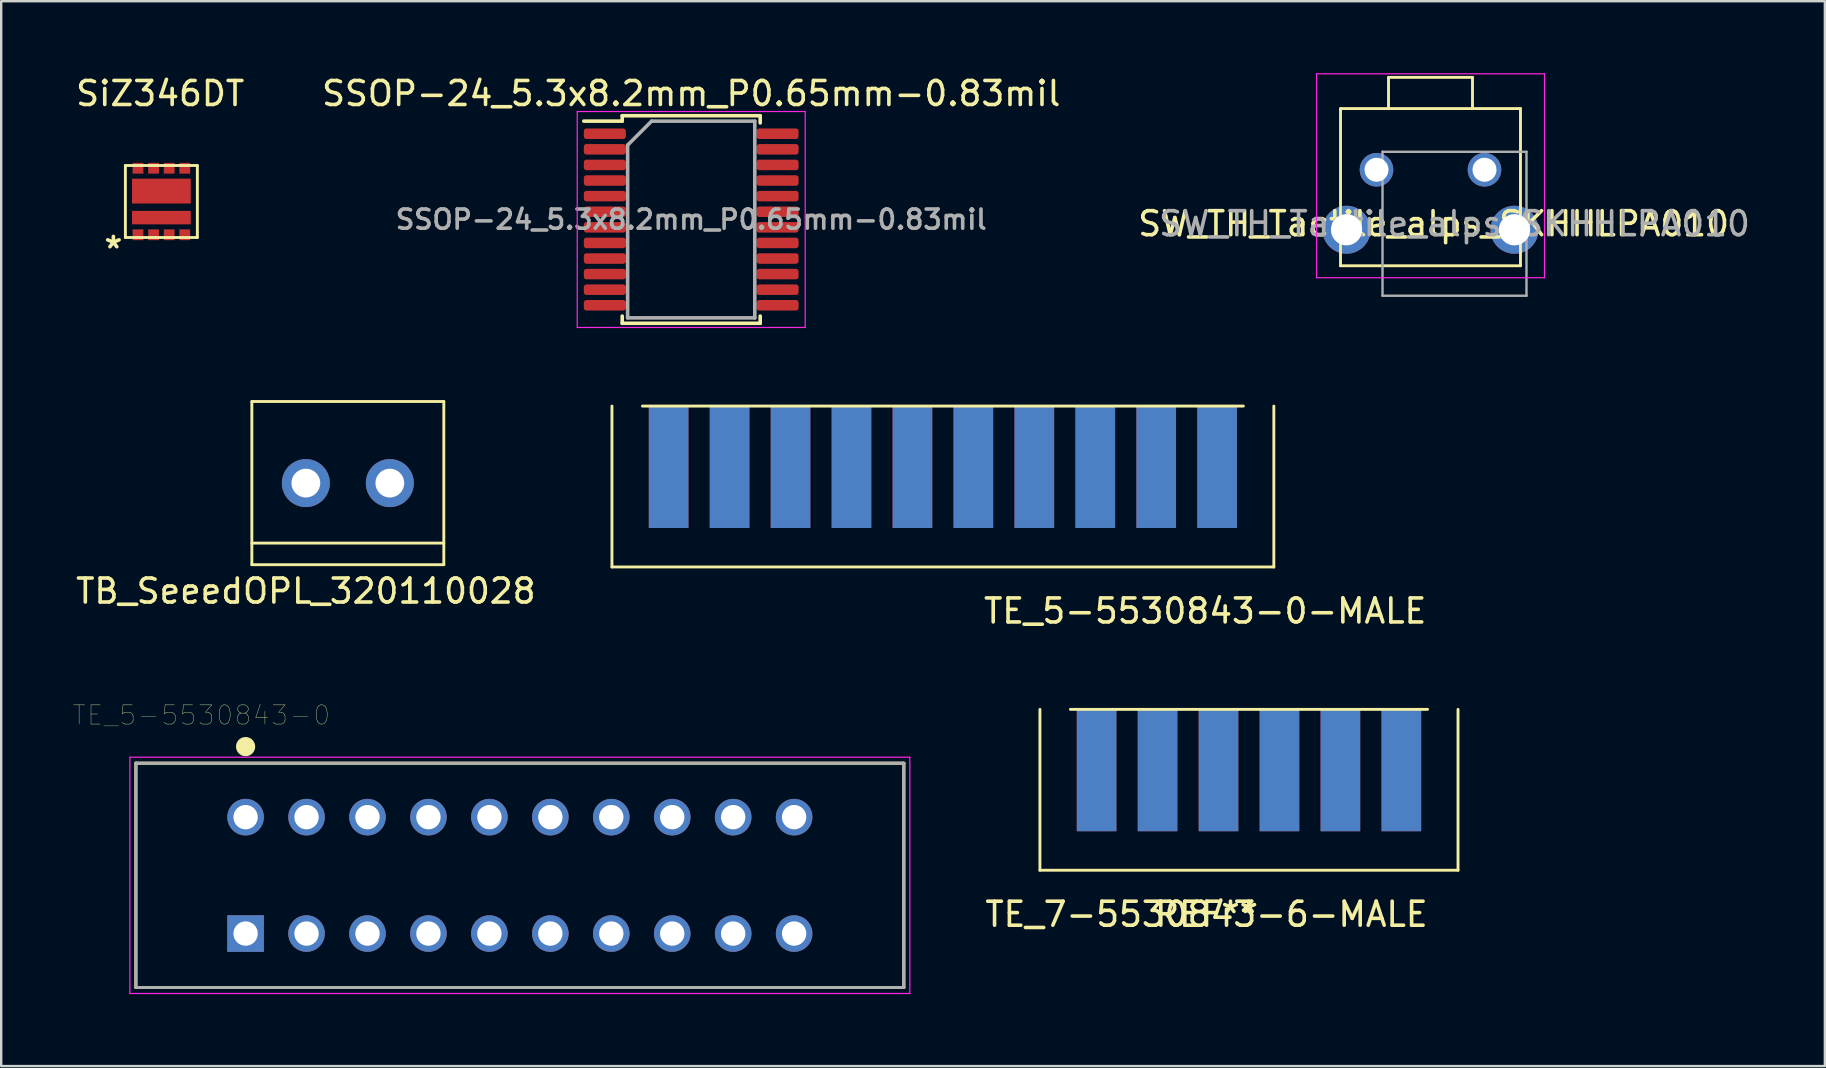
<source format=kicad_pcb>
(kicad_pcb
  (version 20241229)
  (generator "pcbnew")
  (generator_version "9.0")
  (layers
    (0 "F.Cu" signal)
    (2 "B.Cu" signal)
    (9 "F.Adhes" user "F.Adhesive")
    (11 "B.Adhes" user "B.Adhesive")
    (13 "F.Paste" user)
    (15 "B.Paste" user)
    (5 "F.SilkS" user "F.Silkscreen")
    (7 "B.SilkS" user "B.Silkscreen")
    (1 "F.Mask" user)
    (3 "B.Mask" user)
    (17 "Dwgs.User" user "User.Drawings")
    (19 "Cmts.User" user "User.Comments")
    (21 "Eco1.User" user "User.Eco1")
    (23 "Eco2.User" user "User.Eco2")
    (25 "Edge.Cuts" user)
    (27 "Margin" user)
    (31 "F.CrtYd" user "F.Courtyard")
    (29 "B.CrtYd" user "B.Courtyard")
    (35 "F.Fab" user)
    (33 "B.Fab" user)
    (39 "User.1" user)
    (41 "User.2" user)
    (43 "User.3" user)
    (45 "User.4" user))
  (footprint "SSOP-24_5.3x8.2mm_P0.65mm-0.83mil"
    (layer "F.Cu")
    (at 25.756 6.098)
    (property "Reference" "SSOP-24_5.3x8.2mm_P0.65mm-0.83mil" (at 0 -5.25 0) (layer "F.SilkS") (effects (font (size 1 1) (thickness 0.15))))
    (attr smd)
    (fp_line (start -2.875 -4.325) (end -2.875 -4.1) (stroke (width 0.15) (type solid)) (layer "F.SilkS"))
    (fp_line (start -2.875 -4.325) (end 2.875 -4.325) (stroke (width 0.15) (type solid)) (layer "F.SilkS"))
    (fp_line (start -2.875 -4.1) (end -4.475 -4.1) (stroke (width 0.15) (type solid)) (layer "F.SilkS"))
    (fp_line (start -2.875 4.325) (end -2.875 4.025) (stroke (width 0.15) (type solid)) (layer "F.SilkS"))
    (fp_line (start -2.875 4.325) (end 2.875 4.325) (stroke (width 0.15) (type solid)) (layer "F.SilkS"))
    (fp_line (start 2.875 -4.325) (end 2.875 -4.025) (stroke (width 0.15) (type solid)) (layer "F.SilkS"))
    (fp_line (start 2.875 4.325) (end 2.875 4.025) (stroke (width 0.15) (type solid)) (layer "F.SilkS"))
    (fp_line (start -4.75 -4.5) (end -4.75 4.5) (stroke (width 0.05) (type solid)) (layer "F.CrtYd"))
    (fp_line (start -4.75 -4.5) (end 4.75 -4.5) (stroke (width 0.05) (type solid)) (layer "F.CrtYd"))
    (fp_line (start -4.75 4.5) (end 4.75 4.5) (stroke (width 0.05) (type solid)) (layer "F.CrtYd"))
    (fp_line (start 4.75 -4.5) (end 4.75 4.5) (stroke (width 0.05) (type solid)) (layer "F.CrtYd"))
    (fp_line (start -2.65 -3.1) (end -1.65 -4.1) (stroke (width 0.15) (type solid)) (layer "F.Fab"))
    (fp_line (start -2.65 4.1) (end -2.65 -3.1) (stroke (width 0.15) (type solid)) (layer "F.Fab"))
    (fp_line (start -1.65 -4.1) (end 2.65 -4.1) (stroke (width 0.15) (type solid)) (layer "F.Fab"))
    (fp_line (start 2.65 -4.1) (end 2.65 4.1) (stroke (width 0.15) (type solid)) (layer "F.Fab"))
    (fp_line (start 2.65 4.1) (end -2.65 4.1) (stroke (width 0.15) (type solid)) (layer "F.Fab"))
    (fp_text user "${REFERENCE}" (at 0 0 0) (layer "F.Fab") (effects (font (size 0.8 0.8) (thickness 0.15))))
    (pad "1" smd roundrect (at -3.6 -3.575) (size 1.75 0.439) (layers "F.Cu" "F.Mask" "F.Paste") (roundrect_rratio 0.25))
    (pad "2" smd roundrect (at -3.6 -2.925) (size 1.75 0.439) (layers "F.Cu" "F.Mask" "F.Paste") (roundrect_rratio 0.25))
    (pad "3" smd roundrect (at -3.6 -2.275) (size 1.75 0.439) (layers "F.Cu" "F.Mask" "F.Paste") (roundrect_rratio 0.25))
    (pad "4" smd roundrect (at -3.6 -1.625) (size 1.75 0.439) (layers "F.Cu" "F.Mask" "F.Paste") (roundrect_rratio 0.25))
    (pad "5" smd roundrect (at -3.6 -0.975) (size 1.75 0.439) (layers "F.Cu" "F.Mask" "F.Paste") (roundrect_rratio 0.25))
    (pad "6" smd roundrect (at -3.6 -0.325) (size 1.75 0.439) (layers "F.Cu" "F.Mask" "F.Paste") (roundrect_rratio 0.25))
    (pad "7" smd roundrect (at -3.6 0.325) (size 1.75 0.439) (layers "F.Cu" "F.Mask" "F.Paste") (roundrect_rratio 0.25))
    (pad "8" smd roundrect (at -3.6 0.975) (size 1.75 0.439) (layers "F.Cu" "F.Mask" "F.Paste") (roundrect_rratio 0.25))
    (pad "9" smd roundrect (at -3.6 1.625) (size 1.75 0.439) (layers "F.Cu" "F.Mask" "F.Paste") (roundrect_rratio 0.25))
    (pad "10" smd roundrect (at -3.6 2.275) (size 1.75 0.439) (layers "F.Cu" "F.Mask" "F.Paste") (roundrect_rratio 0.25))
    (pad "11" smd roundrect (at -3.6 2.925) (size 1.75 0.439) (layers "F.Cu" "F.Mask" "F.Paste") (roundrect_rratio 0.25))
    (pad "12" smd roundrect (at -3.6 3.575) (size 1.75 0.439) (layers "F.Cu" "F.Mask" "F.Paste") (roundrect_rratio 0.25))
    (pad "13" smd roundrect (at 3.6 3.575) (size 1.75 0.439) (layers "F.Cu" "F.Mask" "F.Paste") (roundrect_rratio 0.25))
    (pad "14" smd roundrect (at 3.6 2.925) (size 1.75 0.439) (layers "F.Cu" "F.Mask" "F.Paste") (roundrect_rratio 0.25))
    (pad "15" smd roundrect (at 3.6 2.275) (size 1.75 0.439) (layers "F.Cu" "F.Mask" "F.Paste") (roundrect_rratio 0.25))
    (pad "16" smd roundrect (at 3.6 1.625) (size 1.75 0.439) (layers "F.Cu" "F.Mask" "F.Paste") (roundrect_rratio 0.25))
    (pad "17" smd roundrect (at 3.6 0.975) (size 1.75 0.439) (layers "F.Cu" "F.Mask" "F.Paste") (roundrect_rratio 0.25))
    (pad "18" smd roundrect (at 3.6 0.325) (size 1.75 0.439) (layers "F.Cu" "F.Mask" "F.Paste") (roundrect_rratio 0.25))
    (pad "19" smd roundrect (at 3.6 -0.325) (size 1.75 0.439) (layers "F.Cu" "F.Mask" "F.Paste") (roundrect_rratio 0.25))
    (pad "20" smd roundrect (at 3.6 -0.975) (size 1.75 0.439) (layers "F.Cu" "F.Mask" "F.Paste") (roundrect_rratio 0.25))
    (pad "21" smd roundrect (at 3.6 -1.625) (size 1.75 0.439) (layers "F.Cu" "F.Mask" "F.Paste") (roundrect_rratio 0.25))
    (pad "22" smd roundrect (at 3.6 -2.275) (size 1.75 0.439) (layers "F.Cu" "F.Mask" "F.Paste") (roundrect_rratio 0.25))
    (pad "23" smd roundrect (at 3.6 -2.925) (size 1.75 0.439) (layers "F.Cu" "F.Mask" "F.Paste") (roundrect_rratio 0.25))
    (pad "24" smd roundrect (at 3.6 -3.575) (size 1.75 0.439) (layers "F.Cu" "F.Mask" "F.Paste") (roundrect_rratio 0.25)))
  (footprint "TE_5-5530843-0-MALE"
    (layer "F.Cu")
    (at 36.245 13.873)
    (property "Reference" "TE_5-5530843-0-MALE" (at 10.93 8.54 0) (layer "F.SilkS") (effects (font (size 1 1) (thickness 0.15))))
    (attr through_hole)
    (fp_line (start -13.792 0) (end -13.792 6.706) (stroke (width 0.12) (type solid)) (layer "F.SilkS"))
    (fp_line (start -13.792 6.706) (end 13.792 6.706) (stroke (width 0.12) (type solid)) (layer "F.SilkS"))
    (fp_line (start -12.522 0) (end 12.522 0) (stroke (width 0.12) (type solid)) (layer "F.SilkS"))
    (fp_line (start 13.792 0) (end 13.792 6.706) (stroke (width 0.12) (type solid)) (layer "F.SilkS"))
    (pad "1" smd rect (at 11.43 2.54) (size 1.651 5.08) (layers "B.Cu" "B.Mask" "B.Paste"))
    (pad "2" smd rect (at 11.43 2.54) (size 1.651 5.08) (layers "F.Cu" "F.Mask" "F.Paste"))
    (pad "3" smd rect (at 8.89 2.54) (size 1.651 5.08) (layers "B.Cu" "B.Mask" "B.Paste"))
    (pad "4" smd rect (at 8.89 2.54) (size 1.651 5.08) (layers "F.Cu" "F.Mask" "F.Paste"))
    (pad "5" smd rect (at 6.35 2.54) (size 1.651 5.08) (layers "B.Cu" "B.Mask" "B.Paste"))
    (pad "6" smd rect (at 6.35 2.54) (size 1.651 5.08) (layers "F.Cu" "F.Mask" "F.Paste"))
    (pad "7" smd rect (at 3.81 2.54) (size 1.651 5.08) (layers "B.Cu" "B.Mask" "B.Paste"))
    (pad "8" smd rect (at 3.81 2.54) (size 1.651 5.08) (layers "F.Cu" "F.Mask" "F.Paste"))
    (pad "9" smd rect (at 1.27 2.54) (size 1.651 5.08) (layers "B.Cu" "B.Mask" "B.Paste"))
    (pad "10" smd rect (at 1.27 2.54) (size 1.651 5.08) (layers "F.Cu" "F.Mask" "F.Paste"))
    (pad "11" smd rect (at -1.27 2.54) (size 1.651 5.08) (layers "B.Cu" "B.Mask" "B.Paste"))
    (pad "12" smd rect (at -1.27 2.54) (size 1.651 5.08) (layers "F.Cu" "F.Mask" "F.Paste"))
    (pad "13" smd rect (at -3.81 2.54) (size 1.651 5.08) (layers "B.Cu" "B.Mask" "B.Paste"))
    (pad "14" smd rect (at -3.81 2.54) (size 1.651 5.08) (layers "F.Cu" "F.Mask" "F.Paste"))
    (pad "15" smd rect (at -6.35 2.54) (size 1.651 5.08) (layers "B.Cu" "B.Mask" "B.Paste"))
    (pad "16" smd rect (at -6.35 2.54) (size 1.651 5.08) (layers "F.Cu" "F.Mask" "F.Paste"))
    (pad "17" smd rect (at -8.89 2.54) (size 1.651 5.08) (layers "B.Cu" "B.Mask" "B.Paste"))
    (pad "18" smd rect (at -8.89 2.54) (size 1.651 5.08) (layers "F.Cu" "F.Mask" "F.Paste"))
    (pad "19" smd rect (at -11.43 2.54) (size 1.651 5.08) (layers "B.Cu" "B.Mask" "B.Paste"))
    (pad "20" smd rect (at -11.43 2.54) (size 1.651 5.08) (layers "F.Cu" "F.Mask" "F.Paste")))
  (footprint "SW_TH_Tactile_alps_SKHHLPA010"
    (layer "F.Cu")
    (at 54.316 4.025)
    (property "Reference" "SW_TH_Tactile_alps_SKHHLPA010" (at 2.38 2.25 0) (layer "F.SilkS") (effects (font (size 1 1) (thickness 0.15))))
    (attr through_hole)
    (fp_line (start -1.5 -2.55) (end 6 -2.55) (stroke (width 0.12) (type solid)) (layer "F.SilkS"))
    (fp_line (start -1.5 4) (end -1.5 -2.55) (stroke (width 0.12) (type solid)) (layer "F.SilkS"))
    (fp_line (start -1.5 4) (end 6 4) (stroke (width 0.12) (type solid)) (layer "F.SilkS"))
    (fp_line (start 0.5 -3.85) (end 4 -3.85) (stroke (width 0.12) (type solid)) (layer "F.SilkS"))
    (fp_line (start 0.5 -2.55) (end 0.5 -3.85) (stroke (width 0.12) (type solid)) (layer "F.SilkS"))
    (fp_line (start 4 -2.55) (end 4 -3.85) (stroke (width 0.12) (type solid)) (layer "F.SilkS"))
    (fp_line (start 6 -2.55) (end 6 4) (stroke (width 0.12) (type solid)) (layer "F.SilkS"))
    (fp_line (start -2.5 -4) (end -2.5 4.5) (stroke (width 0.05) (type solid)) (layer "F.CrtYd"))
    (fp_line (start -2.5 -4) (end 7 -4) (stroke (width 0.05) (type solid)) (layer "F.CrtYd"))
    (fp_line (start -2.5 4.5) (end 7 4.5) (stroke (width 0.05) (type solid)) (layer "F.CrtYd"))
    (fp_line (start 7 4.5) (end 7 -4) (stroke (width 0.05) (type solid)) (layer "F.CrtYd"))
    (fp_line (start 0.25 -0.75) (end 0.25 5.25) (stroke (width 0.1) (type solid)) (layer "F.Fab"))
    (fp_line (start 0.25 -0.75) (end 6.25 -0.75) (stroke (width 0.1) (type solid)) (layer "F.Fab"))
    (fp_line (start 0.25 5.25) (end 6.25 5.25) (stroke (width 0.1) (type solid)) (layer "F.Fab"))
    (fp_line (start 6.25 -0.75) (end 6.25 5.25) (stroke (width 0.1) (type solid)) (layer "F.Fab"))
    (fp_text user "${REFERENCE}" (at 3.25 2.25 0) (layer "F.Fab") (effects (font (size 1 1) (thickness 0.15))))
    (pad "1" thru_hole circle (at 0 0) (size 1.4 1.4) (drill 1) (layers "*.Cu" "*.Mask"))
    (pad "2" thru_hole circle (at 4.5 0) (size 1.4 1.4) (drill 1) (layers "*.Cu" "*.Mask"))
    (pad "GND" thru_hole circle (at -1.25 2.5) (size 2 2) (drill 1.3) (layers "*.Cu" "*.Mask"))
    (pad "GND" thru_hole circle (at 5.75 2.5) (size 2 2) (drill 1.3) (layers "*.Cu" "*.Mask")))
  (footprint "SiZ346DT"
    (layer "F.Cu")
    (at 3.675 5.348)
    (property "Reference" "SiZ346DT" (at -0.05 -4.5 0) (layer "F.SilkS") (effects (font (size 1 1) (thickness 0.15))))
    (attr through_hole)
    (fp_line (start -1.5 -1.5) (end 1.5 -1.5) (stroke (width 0.12) (type solid)) (layer "F.SilkS"))
    (fp_line (start -1.5 1.5) (end -1.5 -1.5) (stroke (width 0.12) (type solid)) (layer "F.SilkS"))
    (fp_line (start 1.5 -1.5) (end 1.5 1.5) (stroke (width 0.12) (type solid)) (layer "F.SilkS"))
    (fp_line (start 1.5 1.5) (end -1.5 1.5) (stroke (width 0.12) (type solid)) (layer "F.SilkS"))
    (fp_poly (pts (xy -0.3 -0.2) (xy -1 -0.2) (xy -1 -0.7) (xy -0.3 -0.7)) (stroke (width 0) (type solid)) (fill yes) (layer "F.Paste"))
    (fp_poly (pts (xy 1 -0.2) (xy 0.3 -0.2) (xy 0.3 -0.7) (xy 1 -0.7)) (stroke (width 0) (type solid)) (fill yes) (layer "F.Paste"))
    (fp_poly (pts (xy 1 0.8) (xy -1 0.8) (xy -1 0.6) (xy 1 0.6)) (stroke (width 0) (type solid)) (fill yes) (layer "F.Paste"))
    (fp_text user "*" (at -2 2 0) (layer "F.SilkS") (effects (font (size 1 1) (thickness 0.15))))
    (pad "1" smd rect (at -0.975 1.386) (size 0.45 0.45) (layers "F.Cu" "F.Mask" "F.Paste"))
    (pad "2" smd rect (at -0.325 1.386) (size 0.45 0.45) (layers "F.Cu" "F.Mask" "F.Paste"))
    (pad "3" smd rect (at 0.325 1.386) (size 0.45 0.45) (layers "F.Cu" "F.Mask" "F.Paste"))
    (pad "4" smd rect (at 0.975 1.386) (size 0.45 0.45) (layers "F.Cu" "F.Mask" "F.Paste"))
    (pad "5" smd rect (at 0.975 -1.386) (size 0.45 0.45) (layers "F.Cu" "F.Mask" "F.Paste"))
    (pad "6" smd rect (at 0.325 -1.386) (size 0.45 0.45) (layers "F.Cu" "F.Mask" "F.Paste"))
    (pad "7" smd rect (at -0.325 -1.386) (size 0.45 0.45) (layers "F.Cu" "F.Mask" "F.Paste"))
    (pad "8" smd rect (at -0.975 -1.386) (size 0.45 0.45) (layers "F.Cu" "F.Mask" "F.Paste"))
    (pad "9" smd rect (at 0 -0.434) (size 2.45 1.036) (layers "F.Cu" "F.Mask"))
    (pad "10" smd rect (at 0 0.671) (size 2.45 0.562) (layers "F.Cu" "F.Mask")))
  (footprint "TE_7-5530843-6-MALE"
    (layer "F.Cu")
    (at 49.001 26.512)
    (property "Reference" "TE_7-5530843-6-MALE" (at -1.77 8.54 0) (layer "F.SilkS") (effects (font (size 1 1) (thickness 0.15))))
    (attr through_hole)
    (fp_line (start -8.712 0) (end -8.712 6.706) (stroke (width 0.12) (type solid)) (layer "F.SilkS"))
    (fp_line (start -8.712 6.706) (end 8.712 6.706) (stroke (width 0.12) (type solid)) (layer "F.SilkS"))
    (fp_line (start -7.442 0) (end 7.442 0) (stroke (width 0.12) (type solid)) (layer "F.SilkS"))
    (fp_line (start 8.712 0) (end 8.712 6.706) (stroke (width 0.12) (type solid)) (layer "F.SilkS"))
    (fp_text user "REF**" (at -1.77 8.54 0) (layer "F.SilkS") (effects (font (size 1 1) (thickness 0.15))))
    (pad "1" smd rect (at 6.35 2.54) (size 1.651 5.08) (layers "B.Cu" "B.Mask" "B.Paste"))
    (pad "2" smd rect (at 6.35 2.54) (size 1.651 5.08) (layers "F.Cu" "F.Mask" "F.Paste"))
    (pad "3" smd rect (at 3.81 2.54) (size 1.651 5.08) (layers "B.Cu" "B.Mask" "B.Paste"))
    (pad "4" smd rect (at 3.81 2.54) (size 1.651 5.08) (layers "F.Cu" "F.Mask" "F.Paste"))
    (pad "5" smd rect (at 1.27 2.54) (size 1.651 5.08) (layers "B.Cu" "B.Mask" "B.Paste"))
    (pad "6" smd rect (at 1.27 2.54) (size 1.651 5.08) (layers "F.Cu" "F.Mask" "F.Paste"))
    (pad "7" smd rect (at -1.27 2.54) (size 1.651 5.08) (layers "B.Cu" "B.Mask" "B.Paste"))
    (pad "8" smd rect (at -1.27 2.54) (size 1.651 5.08) (layers "F.Cu" "F.Mask" "F.Paste"))
    (pad "9" smd rect (at -3.81 2.54) (size 1.651 5.08) (layers "B.Cu" "B.Mask" "B.Paste"))
    (pad "10" smd rect (at -3.81 2.54) (size 1.651 5.08) (layers "F.Cu" "F.Mask" "F.Paste"))
    (pad "11" smd rect (at -6.35 2.54) (size 1.651 5.08) (layers "B.Cu" "B.Mask" "B.Paste"))
    (pad "12" smd rect (at -6.35 2.54) (size 1.651 5.08) (layers "F.Cu" "F.Mask" "F.Paste")))
  (footprint "TE_5-5530843-0"
    (layer "F.Cu")
    (at 7.185 35.856)
    (property "Reference" "TE_5-5530843-0" (at -1.846 -9.1 0) (layer "F.SilkS") (effects (font (size 0.801 0.801) (thickness 0.015))))
    (attr through_hole)
    (fp_line (start -4.572 -7.099) (end 27.432 -7.099) (stroke (width 0.127) (type solid)) (layer "F.SilkS"))
    (fp_line (start -4.572 2.248) (end -4.572 -7.099) (stroke (width 0.127) (type solid)) (layer "F.SilkS"))
    (fp_line (start 27.432 -7.099) (end 27.432 2.248) (stroke (width 0.127) (type solid)) (layer "F.SilkS"))
    (fp_line (start 27.432 2.248) (end -4.572 2.248) (stroke (width 0.127) (type solid)) (layer "F.SilkS"))
    (fp_circle (center 0 -7.791) (end 0.2 -7.791) (stroke (width 0.4) (type solid)) (fill no) (layer "F.SilkS"))
    (fp_line (start -4.822 -7.349) (end 27.682 -7.349) (stroke (width 0.05) (type solid)) (layer "F.CrtYd"))
    (fp_line (start -4.822 2.498) (end -4.822 -7.349) (stroke (width 0.05) (type solid)) (layer "F.CrtYd"))
    (fp_line (start 27.682 -7.349) (end 27.682 2.498) (stroke (width 0.05) (type solid)) (layer "F.CrtYd"))
    (fp_line (start 27.682 2.498) (end -4.822 2.498) (stroke (width 0.05) (type solid)) (layer "F.CrtYd"))
    (fp_line (start -4.572 -7.099) (end 27.432 -7.099) (stroke (width 0.127) (type solid)) (layer "F.Fab"))
    (fp_line (start -4.572 2.248) (end -4.572 -7.099) (stroke (width 0.127) (type solid)) (layer "F.Fab"))
    (fp_line (start 27.432 -7.099) (end 27.432 2.248) (stroke (width 0.127) (type solid)) (layer "F.Fab"))
    (fp_line (start 27.432 2.248) (end -4.572 2.248) (stroke (width 0.127) (type solid)) (layer "F.Fab"))
    (pad "1" thru_hole rect (at 0 0) (size 1.524 1.524) (drill 1.016) (layers "*.Cu" "*.Mask"))
    (pad "2" thru_hole circle (at 0 -4.851) (size 1.524 1.524) (drill 1.016) (layers "*.Cu" "*.Mask"))
    (pad "3" thru_hole circle (at 2.54 0) (size 1.524 1.524) (drill 1.016) (layers "*.Cu" "*.Mask"))
    (pad "4" thru_hole circle (at 2.54 -4.851) (size 1.524 1.524) (drill 1.016) (layers "*.Cu" "*.Mask"))
    (pad "5" thru_hole circle (at 5.08 0) (size 1.524 1.524) (drill 1.016) (layers "*.Cu" "*.Mask"))
    (pad "6" thru_hole circle (at 5.08 -4.851) (size 1.524 1.524) (drill 1.016) (layers "*.Cu" "*.Mask"))
    (pad "7" thru_hole circle (at 7.62 0) (size 1.524 1.524) (drill 1.016) (layers "*.Cu" "*.Mask"))
    (pad "8" thru_hole circle (at 7.62 -4.851) (size 1.524 1.524) (drill 1.016) (layers "*.Cu" "*.Mask"))
    (pad "9" thru_hole circle (at 10.16 0) (size 1.524 1.524) (drill 1.016) (layers "*.Cu" "*.Mask"))
    (pad "10" thru_hole circle (at 10.16 -4.851) (size 1.524 1.524) (drill 1.016) (layers "*.Cu" "*.Mask"))
    (pad "11" thru_hole circle (at 12.7 0) (size 1.524 1.524) (drill 1.016) (layers "*.Cu" "*.Mask"))
    (pad "12" thru_hole circle (at 12.7 -4.851) (size 1.524 1.524) (drill 1.016) (layers "*.Cu" "*.Mask"))
    (pad "13" thru_hole circle (at 15.24 0) (size 1.524 1.524) (drill 1.016) (layers "*.Cu" "*.Mask"))
    (pad "14" thru_hole circle (at 15.24 -4.851) (size 1.524 1.524) (drill 1.016) (layers "*.Cu" "*.Mask"))
    (pad "15" thru_hole circle (at 17.78 0) (size 1.524 1.524) (drill 1.016) (layers "*.Cu" "*.Mask"))
    (pad "16" thru_hole circle (at 17.78 -4.851) (size 1.524 1.524) (drill 1.016) (layers "*.Cu" "*.Mask"))
    (pad "17" thru_hole circle (at 20.32 0) (size 1.524 1.524) (drill 1.016) (layers "*.Cu" "*.Mask"))
    (pad "18" thru_hole circle (at 20.32 -4.851) (size 1.524 1.524) (drill 1.016) (layers "*.Cu" "*.Mask"))
    (pad "19" thru_hole circle (at 22.86 0) (size 1.524 1.524) (drill 1.016) (layers "*.Cu" "*.Mask"))
    (pad "20" thru_hole circle (at 22.86 -4.851) (size 1.524 1.524) (drill 1.016) (layers "*.Cu" "*.Mask")))
  (footprint "TB_SeeedOPL_320110028"
    (layer "F.Cu")
    (at 9.696 17.083)
    (property "Reference" "TB_SeeedOPL_320110028" (at 0 4.5 0) (layer "F.SilkS") (effects (font (size 1 1) (thickness 0.15))))
    (attr through_hole)
    (fp_line (start -2.25 -3.4) (end 5.75 -3.4) (stroke (width 0.12) (type solid)) (layer "F.SilkS"))
    (fp_line (start -2.25 3.4) (end -2.25 -3.4) (stroke (width 0.12) (type solid)) (layer "F.SilkS"))
    (fp_line (start 5.75 -3.4) (end 5.75 3.4) (stroke (width 0.12) (type solid)) (layer "F.SilkS"))
    (fp_line (start 5.75 2.5) (end -2.25 2.5) (stroke (width 0.12) (type solid)) (layer "F.SilkS"))
    (fp_line (start 5.75 3.4) (end -2.25 3.4) (stroke (width 0.12) (type solid)) (layer "F.SilkS"))
    (pad "1" thru_hole circle (at 0 0) (size 2 2) (drill 1.2) (layers "*.Cu" "*.Mask"))
    (pad "2" thru_hole circle (at 3.5 0) (size 2 2) (drill 1.2) (layers "*.Cu" "*.Mask")))
  (gr_rect
    (start -3 -3)
    (end 73.001 41.379)
    (stroke (width 0.1) (type default))
    (fill no)
    (layer "Edge.Cuts")))
</source>
